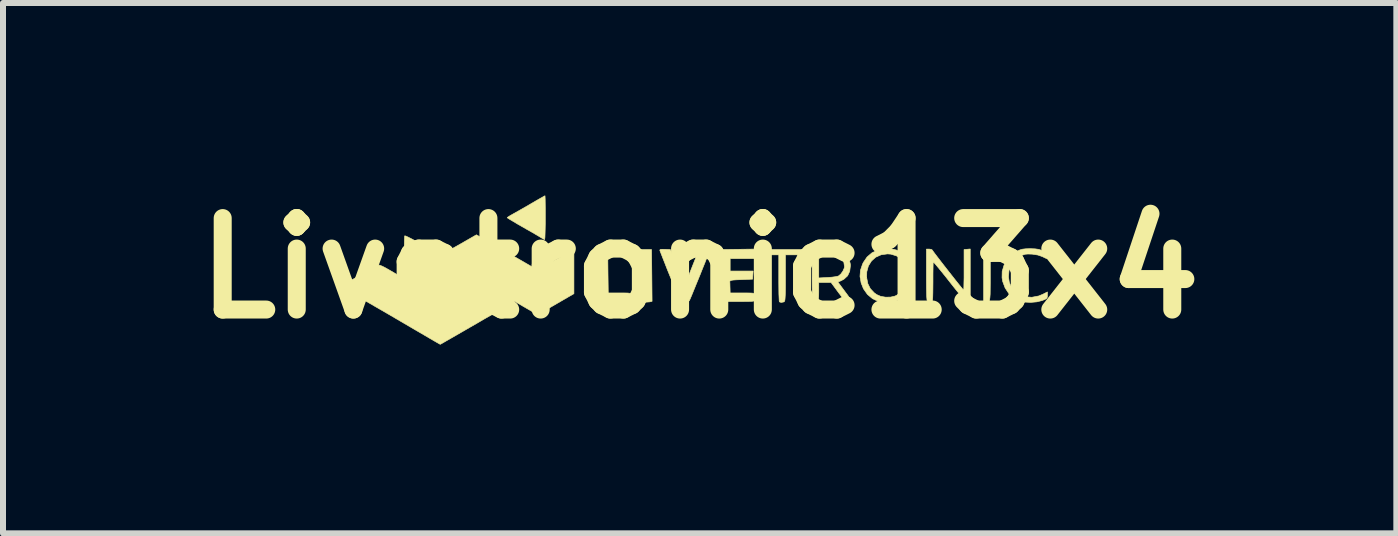
<source format=kicad_pcb>
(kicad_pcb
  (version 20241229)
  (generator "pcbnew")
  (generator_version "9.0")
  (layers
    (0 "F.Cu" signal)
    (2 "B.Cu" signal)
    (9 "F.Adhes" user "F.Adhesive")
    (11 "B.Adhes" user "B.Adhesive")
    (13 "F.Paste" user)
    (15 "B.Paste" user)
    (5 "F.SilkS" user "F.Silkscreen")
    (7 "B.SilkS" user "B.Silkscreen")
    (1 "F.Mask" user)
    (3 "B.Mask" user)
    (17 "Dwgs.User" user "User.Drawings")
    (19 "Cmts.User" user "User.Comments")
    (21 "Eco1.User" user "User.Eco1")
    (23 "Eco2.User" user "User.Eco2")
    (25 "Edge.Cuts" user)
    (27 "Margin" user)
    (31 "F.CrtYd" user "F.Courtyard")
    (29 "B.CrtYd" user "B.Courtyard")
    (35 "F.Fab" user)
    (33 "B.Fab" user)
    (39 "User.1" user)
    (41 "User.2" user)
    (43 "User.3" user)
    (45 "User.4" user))
  (footprint "Livetronic13x4"
    (layer "F.Cu")
    (at 8.607 1.418)
    (property "Reference" "Livetronic13x4" (at 0 0 0) (layer "F.SilkS") (effects (font (size 1.524 1.524) (thickness 0.3))))
    (attr through_hole)
    (fp_poly (pts (xy 4.842 0.117) (xy 4.842 0.249) (xy 4.841 0.353) (xy 4.84 0.431) (xy 4.836 0.487) (xy 4.831 0.525) (xy 4.823 0.549) (xy 4.811 0.56) (xy 4.796 0.563) (xy 4.776 0.561) (xy 4.766 0.559) (xy 4.731 0.553) (xy 4.731 -0.318) (xy 4.842 -0.318) (xy 4.842 0.117)) (stroke (width 0.01) (type solid)) (fill yes) (layer "F.SilkS"))
    (fp_poly (pts (xy -0.797 0.121) (xy -0.793 0.552) (xy -0.829 0.561) (xy -0.913 0.568) (xy -0.957 0.561) (xy -0.965 0.556) (xy -0.971 0.547) (xy -0.976 0.528) (xy -0.979 0.496) (xy -0.981 0.449) (xy -0.982 0.381) (xy -0.982 0.29) (xy -0.981 0.172) (xy -0.981 0.122) (xy -0.976 -0.31) (xy -0.802 -0.31) (xy -0.797 0.121)) (stroke (width 0.01) (type solid)) (fill yes) (layer "F.SilkS"))
    (fp_poly (pts (xy -1.528 0.052) (xy -1.523 0.413) (xy -1.334 0.413) (xy -1.253 0.413) (xy -1.199 0.414) (xy -1.166 0.418) (xy -1.148 0.425) (xy -1.139 0.436) (xy -1.134 0.451) (xy -1.13 0.495) (xy -1.135 0.523) (xy -1.14 0.534) (xy -1.149 0.543) (xy -1.168 0.549) (xy -1.201 0.553) (xy -1.251 0.555) (xy -1.324 0.555) (xy -1.424 0.556) (xy -1.43 0.556) (xy -1.715 0.556) (xy -1.707 -0.31) (xy -1.532 -0.31) (xy -1.528 0.052)) (stroke (width 0.01) (type solid)) (fill yes) (layer "F.SilkS"))
    (fp_poly (pts (xy 1.712 -0.266) (xy 1.717 -0.222) (xy 1.429 -0.222) (xy 1.429 0.165) (xy 1.429 0.287) (xy 1.428 0.381) (xy 1.426 0.451) (xy 1.423 0.5) (xy 1.42 0.532) (xy 1.414 0.551) (xy 1.407 0.56) (xy 1.404 0.562) (xy 1.358 0.571) (xy 1.328 0.561) (xy 1.325 0.543) (xy 1.323 0.497) (xy 1.32 0.429) (xy 1.319 0.342) (xy 1.318 0.242) (xy 1.318 0.164) (xy 1.318 -0.222) (xy 1.03 -0.222) (xy 1.035 -0.266) (xy 1.04 -0.31) (xy 1.707 -0.31) (xy 1.712 -0.266)) (stroke (width 0.01) (type solid)) (fill yes) (layer "F.SilkS"))
    (fp_poly (pts (xy 0.152 -0.258) (xy 0.138 -0.221) (xy 0.115 -0.162) (xy 0.086 -0.087) (xy 0.051 -0.001) (xy 0.014 0.092) (xy -0.025 0.188) (xy -0.063 0.28) (xy -0.098 0.366) (xy -0.128 0.44) (xy -0.152 0.497) (xy -0.168 0.533) (xy -0.173 0.543) (xy -0.196 0.553) (xy -0.236 0.561) (xy -0.278 0.564) (xy -0.302 0.561) (xy -0.314 0.545) (xy -0.337 0.501) (xy -0.369 0.433) (xy -0.408 0.343) (xy -0.453 0.234) (xy -0.492 0.138) (xy -0.536 0.03) (xy -0.575 -0.07) (xy -0.609 -0.156) (xy -0.636 -0.225) (xy -0.655 -0.274) (xy -0.664 -0.297) (xy -0.664 -0.298) (xy -0.659 -0.31) (xy -0.633 -0.315) (xy -0.58 -0.314) (xy -0.579 -0.314) (xy -0.488 -0.31) (xy -0.369 -0.01) (xy -0.249 0.29) (xy -0.008 -0.317) (xy 0.173 -0.318) (xy 0.152 -0.258)) (stroke (width 0.01) (type solid)) (fill yes) (layer "F.SilkS"))
    (fp_poly (pts (xy -2.576 -1.191) (xy -2.574 -1.149) (xy -2.573 -1.084) (xy -2.572 -1) (xy -2.572 -0.902) (xy -2.572 -0.841) (xy -2.572 -0.738) (xy -2.574 -0.645) (xy -2.576 -0.569) (xy -2.578 -0.513) (xy -2.582 -0.482) (xy -2.584 -0.477) (xy -2.604 -0.486) (xy -2.638 -0.506) (xy -2.643 -0.509) (xy -2.672 -0.527) (xy -2.723 -0.557) (xy -2.791 -0.597) (xy -2.871 -0.642) (xy -2.949 -0.687) (xy -3.03 -0.733) (xy -3.1 -0.775) (xy -3.156 -0.808) (xy -3.193 -0.831) (xy -3.206 -0.841) (xy -3.206 -0.841) (xy -3.194 -0.852) (xy -3.16 -0.874) (xy -3.112 -0.901) (xy -3.107 -0.904) (xy -3.057 -0.932) (xy -2.988 -0.971) (xy -2.907 -1.017) (xy -2.823 -1.066) (xy -2.796 -1.082) (xy -2.722 -1.125) (xy -2.659 -1.161) (xy -2.611 -1.188) (xy -2.583 -1.204) (xy -2.577 -1.206) (xy -2.576 -1.191)) (stroke (width 0.01) (type solid)) (fill yes) (layer "F.SilkS"))
    (fp_poly (pts (xy 0.924 -0.282) (xy 0.926 -0.238) (xy 0.923 -0.202) (xy 0.917 -0.159) (xy 0.508 -0.159) (xy 0.508 0.048) (xy 0.891 0.048) (xy 0.886 0.115) (xy 0.881 0.183) (xy 0.691 0.191) (xy 0.61 0.194) (xy 0.555 0.198) (xy 0.523 0.204) (xy 0.507 0.212) (xy 0.502 0.222) (xy 0.502 0.226) (xy 0.504 0.258) (xy 0.505 0.307) (xy 0.506 0.333) (xy 0.508 0.413) (xy 0.713 0.413) (xy 0.796 0.413) (xy 0.854 0.414) (xy 0.89 0.417) (xy 0.91 0.423) (xy 0.919 0.433) (xy 0.923 0.447) (xy 0.923 0.448) (xy 0.926 0.495) (xy 0.924 0.52) (xy 0.921 0.532) (xy 0.915 0.541) (xy 0.9 0.548) (xy 0.873 0.552) (xy 0.83 0.554) (xy 0.765 0.555) (xy 0.675 0.556) (xy 0.618 0.556) (xy 0.317 0.556) (xy 0.325 -0.31) (xy 0.918 -0.318) (xy 0.924 -0.282)) (stroke (width 0.01) (type solid)) (fill yes) (layer "F.SilkS"))
    (fp_poly (pts (xy 3.178 -0.326) (xy 3.283 -0.301) (xy 3.382 -0.249) (xy 3.426 -0.214) (xy 3.502 -0.128) (xy 3.551 -0.032) (xy 3.575 0.069) (xy 3.575 0.171) (xy 3.554 0.269) (xy 3.512 0.361) (xy 3.45 0.44) (xy 3.372 0.504) (xy 3.277 0.549) (xy 3.168 0.569) (xy 3.132 0.57) (xy 3.071 0.568) (xy 3.016 0.563) (xy 2.984 0.557) (xy 2.881 0.509) (xy 2.795 0.437) (xy 2.729 0.343) (xy 2.69 0.246) (xy 2.675 0.156) (xy 2.782 0.156) (xy 2.802 0.259) (xy 2.843 0.341) (xy 2.909 0.411) (xy 2.949 0.44) (xy 3.015 0.469) (xy 3.096 0.483) (xy 3.18 0.482) (xy 3.254 0.465) (xy 3.286 0.449) (xy 3.372 0.381) (xy 3.429 0.302) (xy 3.46 0.208) (xy 3.467 0.126) (xy 3.454 0.017) (xy 3.417 -0.077) (xy 3.357 -0.152) (xy 3.279 -0.205) (xy 3.184 -0.234) (xy 3.128 -0.238) (xy 3.023 -0.223) (xy 2.933 -0.183) (xy 2.862 -0.119) (xy 2.811 -0.037) (xy 2.784 0.061) (xy 2.782 0.156) (xy 2.675 0.156) (xy 2.671 0.137) (xy 2.679 0.035) (xy 2.714 -0.068) (xy 2.727 -0.095) (xy 2.789 -0.186) (xy 2.871 -0.256) (xy 2.966 -0.303) (xy 3.07 -0.327) (xy 3.178 -0.326)) (stroke (width 0.01) (type solid)) (fill yes) (layer "F.SilkS"))
    (fp_poly (pts (xy 5.509 -0.325) (xy 5.587 -0.322) (xy 5.645 -0.314) (xy 5.694 -0.299) (xy 5.719 -0.287) (xy 5.764 -0.262) (xy 5.787 -0.24) (xy 5.794 -0.213) (xy 5.794 -0.205) (xy 5.793 -0.175) (xy 5.786 -0.162) (xy 5.765 -0.166) (xy 5.724 -0.186) (xy 5.71 -0.193) (xy 5.635 -0.219) (xy 5.539 -0.234) (xy 5.532 -0.234) (xy 5.469 -0.236) (xy 5.422 -0.232) (xy 5.379 -0.217) (xy 5.334 -0.195) (xy 5.25 -0.134) (xy 5.189 -0.054) (xy 5.154 0.04) (xy 5.145 0.145) (xy 5.159 0.238) (xy 5.194 0.315) (xy 5.253 0.385) (xy 5.327 0.44) (xy 5.408 0.473) (xy 5.415 0.475) (xy 5.533 0.485) (xy 5.649 0.463) (xy 5.719 0.434) (xy 5.794 0.396) (xy 5.794 0.451) (xy 5.792 0.482) (xy 5.781 0.503) (xy 5.754 0.52) (xy 5.706 0.539) (xy 5.618 0.561) (xy 5.516 0.57) (xy 5.414 0.565) (xy 5.327 0.547) (xy 5.323 0.546) (xy 5.231 0.496) (xy 5.151 0.423) (xy 5.089 0.329) (xy 5.049 0.222) (xy 5.038 0.16) (xy 5.04 0.054) (xy 5.071 -0.05) (xy 5.125 -0.145) (xy 5.2 -0.226) (xy 5.284 -0.282) (xy 5.335 -0.304) (xy 5.381 -0.317) (xy 5.435 -0.323) (xy 5.507 -0.325) (xy 5.509 -0.325)) (stroke (width 0.01) (type solid)) (fill yes) (layer "F.SilkS"))
    (fp_poly (pts (xy 2.086 -0.314) (xy 2.18 -0.309) (xy 2.249 -0.304) (xy 2.3 -0.296) (xy 2.34 -0.284) (xy 2.368 -0.272) (xy 2.442 -0.221) (xy 2.49 -0.154) (xy 2.51 -0.069) (xy 2.512 -0.044) (xy 2.5 0.051) (xy 2.465 0.127) (xy 2.403 0.184) (xy 2.354 0.21) (xy 2.303 0.231) (xy 2.421 0.39) (xy 2.471 0.457) (xy 2.502 0.504) (xy 2.518 0.534) (xy 2.52 0.551) (xy 2.513 0.557) (xy 2.481 0.562) (xy 2.45 0.554) (xy 2.415 0.528) (xy 2.372 0.482) (xy 2.318 0.413) (xy 2.305 0.395) (xy 2.189 0.238) (xy 1.984 0.238) (xy 1.984 0.397) (xy 1.983 0.464) (xy 1.979 0.516) (xy 1.974 0.549) (xy 1.97 0.556) (xy 1.942 0.56) (xy 1.934 0.562) (xy 1.901 0.563) (xy 1.893 0.561) (xy 1.887 0.551) (xy 1.882 0.525) (xy 1.878 0.48) (xy 1.876 0.412) (xy 1.874 0.321) (xy 1.873 0.202) (xy 1.873 0.115) (xy 1.873 -0.222) (xy 1.984 -0.222) (xy 1.984 0.163) (xy 2.132 0.155) (xy 2.201 0.15) (xy 2.262 0.142) (xy 2.304 0.133) (xy 2.315 0.129) (xy 2.353 0.096) (xy 2.387 0.048) (xy 2.409 -0.002) (xy 2.413 -0.025) (xy 2.402 -0.099) (xy 2.368 -0.155) (xy 2.31 -0.193) (xy 2.226 -0.215) (xy 2.12 -0.222) (xy 1.984 -0.222) (xy 1.873 -0.222) (xy 1.873 -0.322) (xy 2.086 -0.314)) (stroke (width 0.01) (type solid)) (fill yes) (layer "F.SilkS"))
    (fp_poly (pts (xy 4.508 0.552) (xy 4.471 0.559) (xy 4.457 0.559) (xy 4.441 0.551) (xy 4.42 0.534) (xy 4.39 0.504) (xy 4.351 0.459) (xy 4.3 0.396) (xy 4.233 0.313) (xy 4.166 0.228) (xy 4.096 0.139) (xy 4.032 0.06) (xy 3.977 -0.007) (xy 3.934 -0.059) (xy 3.905 -0.092) (xy 3.893 -0.104) (xy 3.892 -0.104) (xy 3.89 -0.086) (xy 3.889 -0.042) (xy 3.888 0.024) (xy 3.887 0.108) (xy 3.887 0.204) (xy 3.887 0.229) (xy 3.886 0.327) (xy 3.885 0.413) (xy 3.883 0.483) (xy 3.879 0.532) (xy 3.875 0.555) (xy 3.874 0.556) (xy 3.847 0.56) (xy 3.839 0.562) (xy 3.806 0.563) (xy 3.798 0.561) (xy 3.792 0.551) (xy 3.787 0.525) (xy 3.783 0.479) (xy 3.781 0.412) (xy 3.779 0.321) (xy 3.778 0.202) (xy 3.778 0.118) (xy 3.778 -0.318) (xy 3.825 -0.318) (xy 3.859 -0.313) (xy 3.876 -0.302) (xy 3.887 -0.285) (xy 3.914 -0.248) (xy 3.955 -0.194) (xy 4.005 -0.129) (xy 4.063 -0.054) (xy 4.124 0.024) (xy 4.186 0.103) (xy 4.245 0.178) (xy 4.299 0.246) (xy 4.344 0.302) (xy 4.377 0.342) (xy 4.395 0.363) (xy 4.397 0.365) (xy 4.4 0.35) (xy 4.402 0.308) (xy 4.403 0.243) (xy 4.405 0.16) (xy 4.405 0.064) (xy 4.405 0.028) (xy 4.405 -0.31) (xy 4.457 -0.315) (xy 4.508 -0.32) (xy 4.508 0.552)) (stroke (width 0.01) (type solid)) (fill yes) (layer "F.SilkS"))
    (fp_poly (pts (xy -3.364 -0.352) (xy -3.257 -0.29) (xy -3.149 -0.228) (xy -3.048 -0.17) (xy -2.957 -0.118) (xy -2.885 -0.076) (xy -2.852 -0.057) (xy -2.696 0.034) (xy -2.583 -0.034) (xy -2.525 -0.068) (xy -2.476 -0.098) (xy -2.442 -0.117) (xy -2.437 -0.12) (xy -2.411 -0.135) (xy -2.364 -0.161) (xy -2.304 -0.196) (xy -2.25 -0.227) (xy -2.095 -0.316) (xy -2.095 0.425) (xy -2.699 0.775) (xy -2.89 0.665) (xy -3.08 0.555) (xy -3.362 0.716) (xy -3.463 0.775) (xy -3.583 0.843) (xy -3.711 0.918) (xy -3.84 0.992) (xy -3.959 1.061) (xy -3.982 1.074) (xy -4.075 1.128) (xy -4.159 1.176) (xy -4.229 1.216) (xy -4.282 1.247) (xy -4.315 1.265) (xy -4.323 1.269) (xy -4.337 1.261) (xy -4.374 1.24) (xy -4.428 1.209) (xy -4.495 1.17) (xy -4.532 1.148) (xy -4.738 1.028) (xy -4.967 0.894) (xy -5.215 0.749) (xy -5.263 0.721) (xy -5.322 0.687) (xy -5.402 0.641) (xy -5.495 0.587) (xy -5.594 0.53) (xy -5.693 0.473) (xy -5.696 0.471) (xy -5.986 0.305) (xy -5.696 0.139) (xy -5.607 0.088) (xy -5.526 0.042) (xy -5.457 0.003) (xy -5.405 -0.027) (xy -5.374 -0.044) (xy -5.371 -0.046) (xy -5.357 -0.051) (xy -5.339 -0.051) (xy -5.315 -0.044) (xy -5.28 -0.029) (xy -5.232 -0.004) (xy -5.167 0.033) (xy -5.081 0.083) (xy -4.981 0.142) (xy -4.945 0.161) (xy -4.923 0.167) (xy -4.92 0.164) (xy -4.92 0.145) (xy -4.92 0.099) (xy -4.92 0.031) (xy -4.92 -0.055) (xy -4.921 -0.152) (xy -4.921 -0.187) (xy -4.921 -0.287) (xy -4.921 -0.377) (xy -4.919 -0.452) (xy -4.917 -0.506) (xy -4.915 -0.535) (xy -4.914 -0.539) (xy -4.898 -0.536) (xy -4.859 -0.518) (xy -4.801 -0.489) (xy -4.728 -0.45) (xy -4.645 -0.403) (xy -4.618 -0.388) (xy -4.531 -0.338) (xy -4.454 -0.295) (xy -4.39 -0.259) (xy -4.343 -0.235) (xy -4.318 -0.223) (xy -4.316 -0.222) (xy -4.298 -0.23) (xy -4.258 -0.251) (xy -4.198 -0.283) (xy -4.124 -0.325) (xy -4.039 -0.373) (xy -4.01 -0.389) (xy -3.719 -0.556) (xy -3.364 -0.352)) (stroke (width 0.01) (type solid)) (fill yes) (layer "F.SilkS")))
  (gr_rect
    (start -3 -3)
    (end 20.214 5.836)
    (stroke (width 0.1) (type default))
    (fill no)
    (layer "Edge.Cuts")))
</source>
